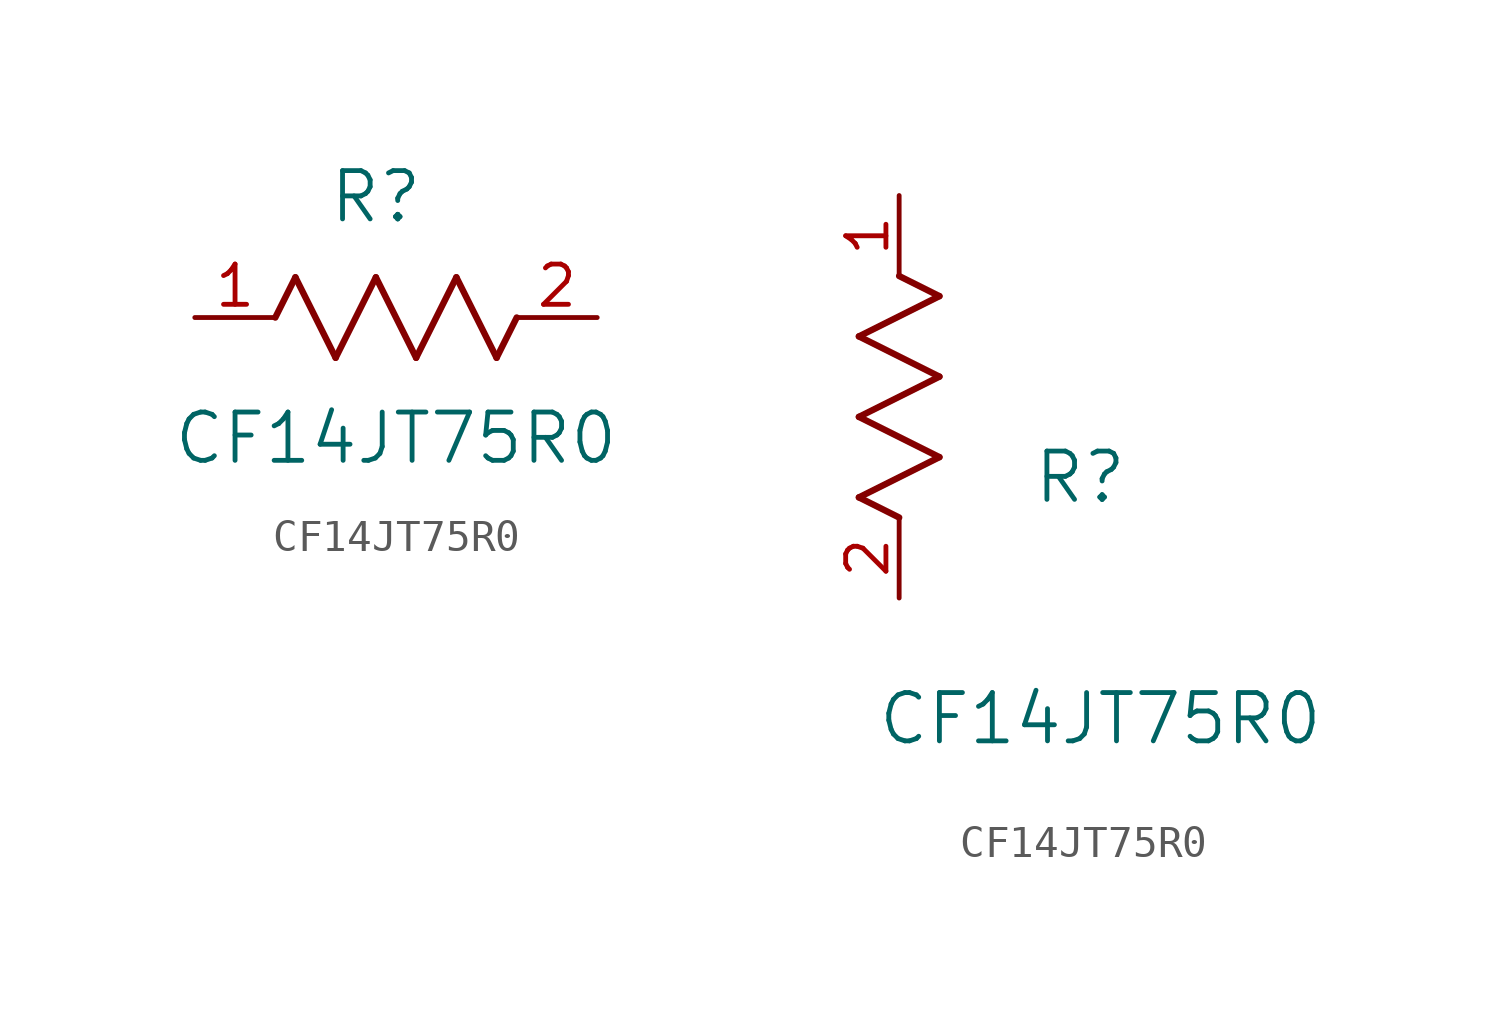
<source format=kicad_sym>
(kicad_symbol_lib
  (version 20211014)
  (generator kicad_symbol_editor)
  (symbol "CF14JT75R0"
    (pin_names
      (offset 0.254))
    (property "Reference" "R"
      (at 5.715 3.81 0)
      (effects (font (size 1.524 1.524))))
    (property "Value" "CF14JT75R0"
      (at 6.35 -3.81 0)
      (effects (font (size 1.524 1.524))))
    (symbol "CF14JT75R0_1_1"
      (polyline (pts (xy 3.175 1.27) (xy 4.445 -1.27)) (stroke (width 0.203) (type default) (color 0 0 0 0)) (fill (type none)))
      (polyline (pts (xy 4.445 -1.27) (xy 5.715 1.27)) (stroke (width 0.203) (type default) (color 0 0 0 0)) (fill (type none)))
      (polyline (pts (xy 5.715 1.27) (xy 6.985 -1.27)) (stroke (width 0.203) (type default) (color 0 0 0 0)) (fill (type none)))
      (polyline (pts (xy 6.985 -1.27) (xy 8.255 1.27)) (stroke (width 0.203) (type default) (color 0 0 0 0)) (fill (type none)))
      (polyline (pts (xy 8.255 1.27) (xy 9.525 -1.27)) (stroke (width 0.203) (type default) (color 0 0 0 0)) (fill (type none)))
      (polyline (pts (xy 2.54 0) (xy 3.175 1.27)) (stroke (width 0.203) (type default) (color 0 0 0 0)) (fill (type none)))
      (polyline (pts (xy 9.525 -1.27) (xy 10.16 0)) (stroke (width 0.203) (type default) (color 0 0 0 0)) (fill (type none)))
      (pin unspecified line (at 0 0 0) (length 2.54) (name "" (effects (font (size 1.27 1.27)))) (number "1" (effects (font (size 1.27 1.27)))))
      (pin unspecified line (at 12.7 0 180) (length 2.54) (name "" (effects (font (size 1.27 1.27)))) (number "2" (effects (font (size 1.27 1.27))))))
    (symbol "CF14JT75R0_1_2"
      (polyline (pts (xy 0 2.54) (xy -1.27 3.175)) (stroke (width 0.203) (type default) (color 0 0 0 0)) (fill (type none)))
      (polyline (pts (xy -1.27 3.175) (xy 1.27 4.445)) (stroke (width 0.203) (type default) (color 0 0 0 0)) (fill (type none)))
      (polyline (pts (xy 1.27 4.445) (xy -1.27 5.715)) (stroke (width 0.203) (type default) (color 0 0 0 0)) (fill (type none)))
      (polyline (pts (xy -1.27 5.715) (xy 1.27 6.985)) (stroke (width 0.203) (type default) (color 0 0 0 0)) (fill (type none)))
      (polyline (pts (xy -1.27 8.255) (xy 1.27 9.525)) (stroke (width 0.203) (type default) (color 0 0 0 0)) (fill (type none)))
      (polyline (pts (xy 1.27 9.525) (xy 0 10.16)) (stroke (width 0.203) (type default) (color 0 0 0 0)) (fill (type none)))
      (polyline (pts (xy 1.27 6.985) (xy -1.27 8.255)) (stroke (width 0.203) (type default) (color 0 0 0 0)) (fill (type none)))
      (pin unspecified line (at 0 12.7 270) (length 2.54) (name "" (effects (font (size 1.27 1.27)))) (number "1" (effects (font (size 1.27 1.27)))))
      (pin unspecified line (at 0 0 90) (length 2.54) (name "" (effects (font (size 1.27 1.27)))) (number "2" (effects (font (size 1.27 1.27))))))))
</source>
